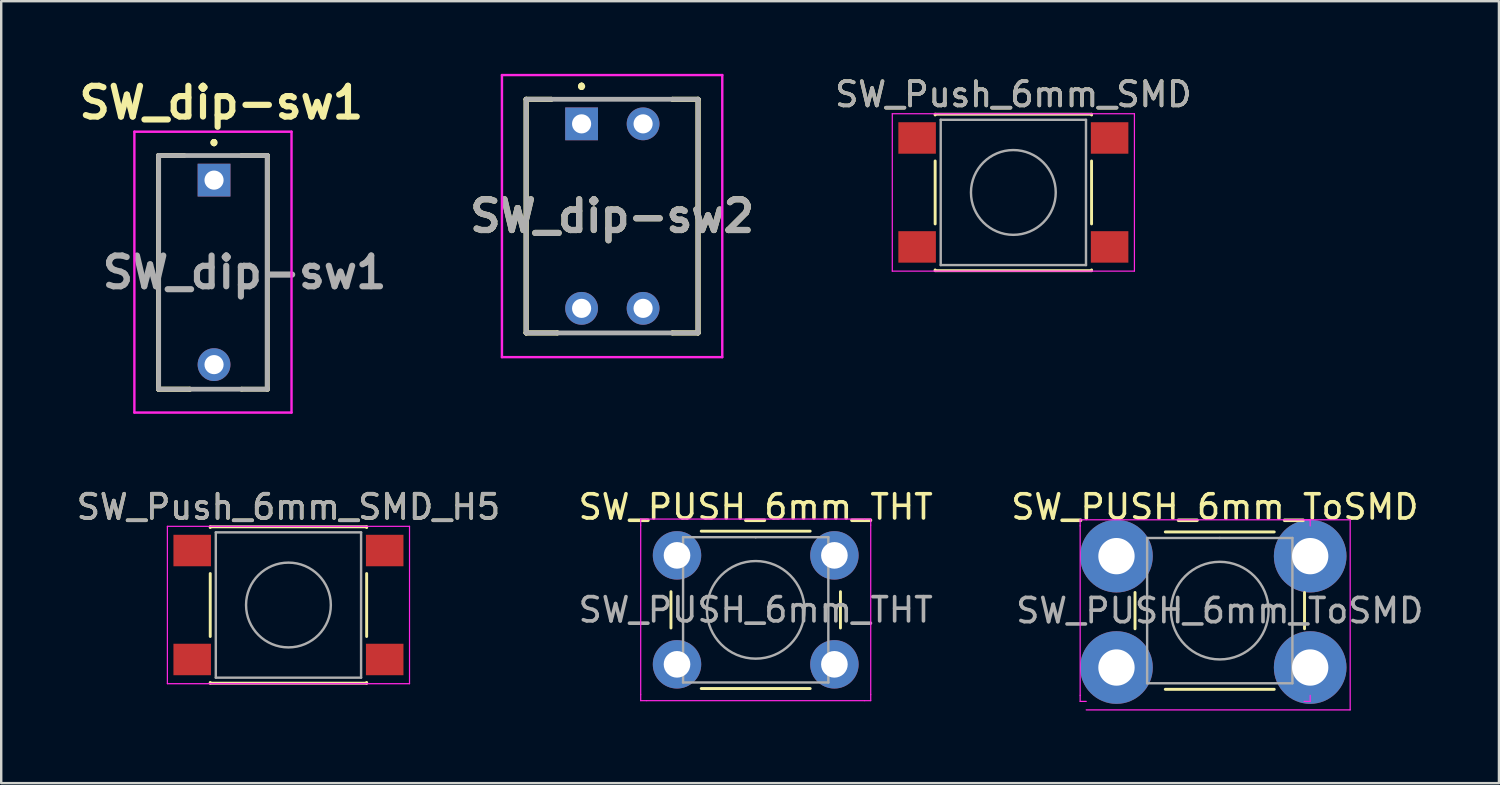
<source format=kicad_pcb>
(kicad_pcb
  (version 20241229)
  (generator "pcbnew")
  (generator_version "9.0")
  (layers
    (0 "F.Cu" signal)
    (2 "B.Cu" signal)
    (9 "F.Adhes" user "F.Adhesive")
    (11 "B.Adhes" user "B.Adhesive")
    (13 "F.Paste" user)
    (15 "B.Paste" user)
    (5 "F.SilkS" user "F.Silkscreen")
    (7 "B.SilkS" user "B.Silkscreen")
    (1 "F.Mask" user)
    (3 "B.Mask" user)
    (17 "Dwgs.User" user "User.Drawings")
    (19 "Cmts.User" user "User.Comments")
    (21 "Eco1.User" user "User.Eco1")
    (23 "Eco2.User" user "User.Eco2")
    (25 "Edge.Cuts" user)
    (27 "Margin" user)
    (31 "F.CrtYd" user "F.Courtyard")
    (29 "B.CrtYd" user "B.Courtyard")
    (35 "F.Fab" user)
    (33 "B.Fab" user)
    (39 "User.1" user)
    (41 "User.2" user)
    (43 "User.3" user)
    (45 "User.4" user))
  (footprint "SW_dip-sw1"
    (layer "F.Cu")
    (at 5.79 4.389)
    (property "Reference" "SW_dip-sw1" (at 0.3 -3.2 0) (layer "F.SilkS") (effects (font (size 1.27 1.27) (thickness 0.254))))
    (attr through_hole)
    (fp_line (start -2.29 -1.015) (end -2.29 -1.015) (stroke (width 0.2) (type solid)) (layer "F.SilkS"))
    (fp_line (start -2.29 -1.015) (end -2.29 -1.015) (stroke (width 0.2) (type solid)) (layer "F.SilkS"))
    (fp_line (start -2.29 -1.015) (end -2.29 8.635) (stroke (width 0.2) (type solid)) (layer "F.SilkS"))
    (fp_line (start -2.29 -1.015) (end -1.25 -1.015) (stroke (width 0.2) (type solid)) (layer "F.SilkS"))
    (fp_line (start -2.29 8.635) (end -2.29 -1.015) (stroke (width 0.2) (type solid)) (layer "F.SilkS"))
    (fp_line (start -2.29 8.635) (end -2.29 8.635) (stroke (width 0.2) (type solid)) (layer "F.SilkS"))
    (fp_line (start -2.29 8.635) (end -2.29 8.635) (stroke (width 0.2) (type solid)) (layer "F.SilkS"))
    (fp_line (start -2.29 8.635) (end -1 8.635) (stroke (width 0.2) (type solid)) (layer "F.SilkS"))
    (fp_line (start -1.25 -1.015) (end -2.29 -1.015) (stroke (width 0.2) (type solid)) (layer "F.SilkS"))
    (fp_line (start -1.25 -1.015) (end -1.25 -1.015) (stroke (width 0.2) (type solid)) (layer "F.SilkS"))
    (fp_line (start -1 8.635) (end -2.29 8.635) (stroke (width 0.2) (type solid)) (layer "F.SilkS"))
    (fp_line (start -1 8.635) (end -1 8.635) (stroke (width 0.2) (type solid)) (layer "F.SilkS"))
    (fp_line (start 0 -1.6) (end 0 -1.6) (stroke (width 0.2) (type solid)) (layer "F.SilkS"))
    (fp_line (start 0 -1.6) (end 0 -1.6) (stroke (width 0.2) (type solid)) (layer "F.SilkS"))
    (fp_line (start 0 -1.5) (end 0 -1.5) (stroke (width 0.2) (type solid)) (layer "F.SilkS"))
    (fp_line (start 1.14 -1.015) (end 1.14 -1.015) (stroke (width 0.2) (type solid)) (layer "F.SilkS"))
    (fp_line (start 1.14 8.635) (end 1.14 8.635) (stroke (width 0.2) (type solid)) (layer "F.SilkS"))
    (fp_line (start 1.14 8.635) (end 2.2 8.635) (stroke (width 0.2) (type solid)) (layer "F.SilkS"))
    (fp_line (start 2.2 -1.015) (end 1.14 -1.015) (stroke (width 0.2) (type solid)) (layer "F.SilkS"))
    (fp_line (start 2.2 -1.015) (end 2.2 -1.015) (stroke (width 0.2) (type solid)) (layer "F.SilkS"))
    (fp_line (start 2.2 -1.015) (end 2.2 -1.015) (stroke (width 0.2) (type solid)) (layer "F.SilkS"))
    (fp_line (start 2.2 -1.015) (end 2.2 8.635) (stroke (width 0.2) (type solid)) (layer "F.SilkS"))
    (fp_line (start 2.2 8.635) (end 2.2 8.635) (stroke (width 0.2) (type solid)) (layer "F.SilkS"))
    (fp_line (start 2.2 8.635) (end 2.2 8.635) (stroke (width 0.2) (type solid)) (layer "F.SilkS"))
    (fp_arc (start 0 -1.6) (mid 0.05 -1.55) (end 0 -1.5) (stroke (width 0.2) (type solid)) (layer "F.SilkS"))
    (fp_arc (start 0 -1.5) (mid -0.05 -1.55) (end 0 -1.6) (stroke (width 0.2) (type solid)) (layer "F.SilkS"))
    (fp_arc (start 0 -1.5) (mid -0.05 -1.55) (end 0 -1.6) (stroke (width 0.2) (type solid)) (layer "F.SilkS"))
    (fp_line (start -3.29 -2) (end 3.2 -2) (stroke (width 0.1) (type solid)) (layer "F.CrtYd"))
    (fp_line (start -3.29 9.6) (end -3.29 -2) (stroke (width 0.1) (type solid)) (layer "F.CrtYd"))
    (fp_line (start 3.2 -2) (end 3.2 9.6) (stroke (width 0.1) (type solid)) (layer "F.CrtYd"))
    (fp_line (start 3.2 9.6) (end -3.29 9.6) (stroke (width 0.1) (type solid)) (layer "F.CrtYd"))
    (fp_line (start -2.29 -1.015) (end -2.29 8.635) (stroke (width 0.2) (type solid)) (layer "F.Fab"))
    (fp_line (start -2.29 8.635) (end 2.2 8.635) (stroke (width 0.2) (type solid)) (layer "F.Fab"))
    (fp_line (start 2.2 -1.015) (end -2.29 -1.015) (stroke (width 0.2) (type solid)) (layer "F.Fab"))
    (fp_line (start 2.2 8.635) (end 2.2 -1.015) (stroke (width 0.2) (type solid)) (layer "F.Fab"))
    (fp_text user "${REFERENCE}" (at 1.26 3.81 0) (layer "F.Fab") (effects (font (size 1.27 1.27) (thickness 0.254))))
    (pad "1" thru_hole rect (at 0 0) (size 1.354 1.354) (drill 0.79) (layers "*.Cu" "*.Mask"))
    (pad "2" thru_hole circle (at 0 7.62) (size 1.354 1.354) (drill 0.79) (layers "*.Cu" "*.Mask")))
  (footprint "SW_PUSH_6mm_THT"
    (layer "F.Cu")
    (at 24.911 19.887)
    (property "Reference" "SW_PUSH_6mm_THT" (at 3.25 -2 0) (layer "F.SilkS") (effects (font (size 1 1) (thickness 0.15))))
    (attr through_hole)
    (fp_line (start -0.25 1.5) (end -0.25 3) (stroke (width 0.12) (type solid)) (layer "F.SilkS"))
    (fp_line (start 1 5.5) (end 5.5 5.5) (stroke (width 0.12) (type solid)) (layer "F.SilkS"))
    (fp_line (start 5.5 -1) (end 1 -1) (stroke (width 0.12) (type solid)) (layer "F.SilkS"))
    (fp_line (start 6.75 3) (end 6.75 1.5) (stroke (width 0.12) (type solid)) (layer "F.SilkS"))
    (fp_line (start -1.5 -1.5) (end -1.25 -1.5) (stroke (width 0.05) (type solid)) (layer "F.CrtYd"))
    (fp_line (start -1.5 -1.25) (end -1.5 -1.5) (stroke (width 0.05) (type solid)) (layer "F.CrtYd"))
    (fp_line (start -1.5 5.75) (end -1.5 -1.25) (stroke (width 0.05) (type solid)) (layer "F.CrtYd"))
    (fp_line (start -1.5 5.75) (end -1.5 6) (stroke (width 0.05) (type solid)) (layer "F.CrtYd"))
    (fp_line (start -1.5 6) (end -1.25 6) (stroke (width 0.05) (type solid)) (layer "F.CrtYd"))
    (fp_line (start -1.25 -1.5) (end 7.75 -1.5) (stroke (width 0.05) (type solid)) (layer "F.CrtYd"))
    (fp_line (start 7.75 -1.5) (end 8 -1.5) (stroke (width 0.05) (type solid)) (layer "F.CrtYd"))
    (fp_line (start 7.75 6) (end -1.25 6) (stroke (width 0.05) (type solid)) (layer "F.CrtYd"))
    (fp_line (start 7.75 6) (end 8 6) (stroke (width 0.05) (type solid)) (layer "F.CrtYd"))
    (fp_line (start 8 -1.5) (end 8 -1.25) (stroke (width 0.05) (type solid)) (layer "F.CrtYd"))
    (fp_line (start 8 -1.25) (end 8 5.75) (stroke (width 0.05) (type solid)) (layer "F.CrtYd"))
    (fp_line (start 8 6) (end 8 5.75) (stroke (width 0.05) (type solid)) (layer "F.CrtYd"))
    (fp_line (start 0.25 -0.75) (end 3.25 -0.75) (stroke (width 0.1) (type solid)) (layer "F.Fab"))
    (fp_line (start 0.25 5.25) (end 0.25 -0.75) (stroke (width 0.1) (type solid)) (layer "F.Fab"))
    (fp_line (start 3.25 -0.75) (end 6.25 -0.75) (stroke (width 0.1) (type solid)) (layer "F.Fab"))
    (fp_line (start 6.25 -0.75) (end 6.25 5.25) (stroke (width 0.1) (type solid)) (layer "F.Fab"))
    (fp_line (start 6.25 5.25) (end 0.25 5.25) (stroke (width 0.1) (type solid)) (layer "F.Fab"))
    (fp_circle (center 3.25 2.25) (end 1.25 2.5) (stroke (width 0.1) (type solid)) (fill no) (layer "F.Fab"))
    (fp_text user "${REFERENCE}" (at 3.25 2.25 0) (layer "F.Fab") (effects (font (size 1 1) (thickness 0.15))))
    (pad "1" thru_hole circle (at 0 0 90) (size 2 2) (drill 1.1) (layers "*.Cu" "*.Mask"))
    (pad "1" thru_hole circle (at 6.5 0 90) (size 2 2) (drill 1.1) (layers "*.Cu" "*.Mask"))
    (pad "2" thru_hole circle (at 0 4.5 90) (size 2 2) (drill 1.1) (layers "*.Cu" "*.Mask"))
    (pad "2" thru_hole circle (at 6.5 4.5 90) (size 2 2) (drill 1.1) (layers "*.Cu" "*.Mask")))
  (footprint "SW_dip-sw2"
    (layer "F.Cu")
    (at 20.97 2.065)
    (property "Reference" "SW_dip-sw2" (at 1.26 3.81 0) (layer "F.SilkS") (effects (font (size 1.27 1.27) (thickness 0.254))))
    (attr through_hole)
    (fp_line (start -2.29 -1.015) (end -2.29 -1.015) (stroke (width 0.2) (type solid)) (layer "F.SilkS"))
    (fp_line (start -2.29 -1.015) (end -2.29 -1.015) (stroke (width 0.2) (type solid)) (layer "F.SilkS"))
    (fp_line (start -2.29 -1.015) (end -2.29 8.635) (stroke (width 0.2) (type solid)) (layer "F.SilkS"))
    (fp_line (start -2.29 -1.015) (end -1.25 -1.015) (stroke (width 0.2) (type solid)) (layer "F.SilkS"))
    (fp_line (start -2.29 8.635) (end -2.29 -1.015) (stroke (width 0.2) (type solid)) (layer "F.SilkS"))
    (fp_line (start -2.29 8.635) (end -2.29 8.635) (stroke (width 0.2) (type solid)) (layer "F.SilkS"))
    (fp_line (start -2.29 8.635) (end -2.29 8.635) (stroke (width 0.2) (type solid)) (layer "F.SilkS"))
    (fp_line (start -2.29 8.635) (end -1 8.635) (stroke (width 0.2) (type solid)) (layer "F.SilkS"))
    (fp_line (start -1.25 -1.015) (end -2.29 -1.015) (stroke (width 0.2) (type solid)) (layer "F.SilkS"))
    (fp_line (start -1.25 -1.015) (end -1.25 -1.015) (stroke (width 0.2) (type solid)) (layer "F.SilkS"))
    (fp_line (start -1 8.635) (end -2.29 8.635) (stroke (width 0.2) (type solid)) (layer "F.SilkS"))
    (fp_line (start -1 8.635) (end -1 8.635) (stroke (width 0.2) (type solid)) (layer "F.SilkS"))
    (fp_line (start 0 -1.6) (end 0 -1.6) (stroke (width 0.2) (type solid)) (layer "F.SilkS"))
    (fp_line (start 0 -1.6) (end 0 -1.6) (stroke (width 0.2) (type solid)) (layer "F.SilkS"))
    (fp_line (start 0 -1.5) (end 0 -1.5) (stroke (width 0.2) (type solid)) (layer "F.SilkS"))
    (fp_line (start 3.75 -1.015) (end 3.75 -1.015) (stroke (width 0.2) (type solid)) (layer "F.SilkS"))
    (fp_line (start 3.75 -1.015) (end 4.81 -1.015) (stroke (width 0.2) (type solid)) (layer "F.SilkS"))
    (fp_line (start 3.75 8.635) (end 3.75 8.635) (stroke (width 0.2) (type solid)) (layer "F.SilkS"))
    (fp_line (start 3.75 8.635) (end 4.81 8.635) (stroke (width 0.2) (type solid)) (layer "F.SilkS"))
    (fp_line (start 4.81 -1.015) (end 3.75 -1.015) (stroke (width 0.2) (type solid)) (layer "F.SilkS"))
    (fp_line (start 4.81 -1.015) (end 4.81 -1.015) (stroke (width 0.2) (type solid)) (layer "F.SilkS"))
    (fp_line (start 4.81 -1.015) (end 4.81 -1.015) (stroke (width 0.2) (type solid)) (layer "F.SilkS"))
    (fp_line (start 4.81 -1.015) (end 4.81 8.635) (stroke (width 0.2) (type solid)) (layer "F.SilkS"))
    (fp_line (start 4.81 8.635) (end 3.75 8.635) (stroke (width 0.2) (type solid)) (layer "F.SilkS"))
    (fp_line (start 4.81 8.635) (end 4.81 -1.015) (stroke (width 0.2) (type solid)) (layer "F.SilkS"))
    (fp_line (start 4.81 8.635) (end 4.81 8.635) (stroke (width 0.2) (type solid)) (layer "F.SilkS"))
    (fp_line (start 4.81 8.635) (end 4.81 8.635) (stroke (width 0.2) (type solid)) (layer "F.SilkS"))
    (fp_arc (start 0 -1.6) (mid 0.05 -1.55) (end 0 -1.5) (stroke (width 0.2) (type solid)) (layer "F.SilkS"))
    (fp_arc (start 0 -1.5) (mid -0.05 -1.55) (end 0 -1.6) (stroke (width 0.2) (type solid)) (layer "F.SilkS"))
    (fp_arc (start 0 -1.5) (mid -0.05 -1.55) (end 0 -1.6) (stroke (width 0.2) (type solid)) (layer "F.SilkS"))
    (fp_line (start -3.29 -2.015) (end 5.81 -2.015) (stroke (width 0.1) (type solid)) (layer "F.CrtYd"))
    (fp_line (start -3.29 9.635) (end -3.29 -2.015) (stroke (width 0.1) (type solid)) (layer "F.CrtYd"))
    (fp_line (start 5.81 -2.015) (end 5.81 9.635) (stroke (width 0.1) (type solid)) (layer "F.CrtYd"))
    (fp_line (start 5.81 9.635) (end -3.29 9.635) (stroke (width 0.1) (type solid)) (layer "F.CrtYd"))
    (fp_line (start -2.29 -1.015) (end -2.29 8.635) (stroke (width 0.2) (type solid)) (layer "F.Fab"))
    (fp_line (start -2.29 8.635) (end 4.81 8.635) (stroke (width 0.2) (type solid)) (layer "F.Fab"))
    (fp_line (start 4.81 -1.015) (end -2.29 -1.015) (stroke (width 0.2) (type solid)) (layer "F.Fab"))
    (fp_line (start 4.81 8.635) (end 4.81 -1.015) (stroke (width 0.2) (type solid)) (layer "F.Fab"))
    (fp_text user "${REFERENCE}" (at 1.26 3.81 0) (layer "F.Fab") (effects (font (size 1.27 1.27) (thickness 0.254))))
    (pad "1" thru_hole rect (at 0 0) (size 1.354 1.354) (drill 0.79) (layers "*.Cu" "*.Mask"))
    (pad "2" thru_hole circle (at 0 7.62) (size 1.354 1.354) (drill 0.79) (layers "*.Cu" "*.Mask"))
    (pad "3" thru_hole circle (at 2.54 0) (size 1.354 1.354) (drill 0.79) (layers "*.Cu" "*.Mask"))
    (pad "4" thru_hole circle (at 2.54 7.62) (size 1.354 1.354) (drill 0.79) (layers "*.Cu" "*.Mask")))
  (footprint "SW_Push_6mm_SMD_H5"
    (layer "F.Cu")
    (at 8.863 21.937)
    (property "Reference" "SW_Push_6mm_SMD_H5" (at 0 -4.05 0) (layer "F.SilkS") (effects (font (size 1 1) (thickness 0.15))))
    (attr smd)
    (fp_line (start -3.23 -3.23) (end 3.23 -3.23) (stroke (width 0.12) (type solid)) (layer "F.SilkS"))
    (fp_line (start -3.23 -3.2) (end -3.23 -3.23) (stroke (width 0.12) (type solid)) (layer "F.SilkS"))
    (fp_line (start -3.23 -1.3) (end -3.23 1.3) (stroke (width 0.12) (type solid)) (layer "F.SilkS"))
    (fp_line (start -3.23 3.23) (end -3.23 3.2) (stroke (width 0.12) (type solid)) (layer "F.SilkS"))
    (fp_line (start -3.23 3.23) (end 3.23 3.23) (stroke (width 0.12) (type solid)) (layer "F.SilkS"))
    (fp_line (start 3.23 -3.23) (end 3.23 -3.2) (stroke (width 0.12) (type solid)) (layer "F.SilkS"))
    (fp_line (start 3.23 -1.3) (end 3.23 1.3) (stroke (width 0.12) (type solid)) (layer "F.SilkS"))
    (fp_line (start 3.23 3.23) (end 3.23 3.2) (stroke (width 0.12) (type solid)) (layer "F.SilkS"))
    (fp_line (start -5 -3.25) (end -5 3.25) (stroke (width 0.05) (type solid)) (layer "F.CrtYd"))
    (fp_line (start -5 -3.25) (end 5 -3.25) (stroke (width 0.05) (type solid)) (layer "F.CrtYd"))
    (fp_line (start -5 3.25) (end 5 3.25) (stroke (width 0.05) (type solid)) (layer "F.CrtYd"))
    (fp_line (start 5 3.25) (end 5 -3.25) (stroke (width 0.05) (type solid)) (layer "F.CrtYd"))
    (fp_line (start -3 -3) (end -3 3) (stroke (width 0.1) (type solid)) (layer "F.Fab"))
    (fp_line (start -3 3) (end 3 3) (stroke (width 0.1) (type solid)) (layer "F.Fab"))
    (fp_line (start 3 -3) (end -3 -3) (stroke (width 0.1) (type solid)) (layer "F.Fab"))
    (fp_line (start 3 3) (end 3 -3) (stroke (width 0.1) (type solid)) (layer "F.Fab"))
    (fp_circle (center 0 0) (end 1.75 -0.05) (stroke (width 0.1) (type solid)) (fill no) (layer "F.Fab"))
    (fp_text user "${REFERENCE}" (at 0 -4.05 0) (layer "F.Fab") (effects (font (size 1 1) (thickness 0.15))))
    (pad "1" smd rect (at -3.975 -2.25) (size 1.55 1.3) (layers "F.Cu" "F.Mask" "F.Paste"))
    (pad "1" smd rect (at 3.975 -2.25) (size 1.55 1.3) (layers "F.Cu" "F.Mask" "F.Paste"))
    (pad "2" smd rect (at -3.975 2.25) (size 1.55 1.3) (layers "F.Cu" "F.Mask" "F.Paste"))
    (pad "2" smd rect (at 3.975 2.25) (size 1.55 1.3) (layers "F.Cu" "F.Mask" "F.Paste")))
  (footprint "SW_Push_6mm_SMD"
    (layer "F.Cu")
    (at 38.802 4.898)
    (property "Reference" "SW_Push_6mm_SMD" (at 0 -4.05 0) (layer "F.SilkS") (effects (font (size 1 1) (thickness 0.15))))
    (attr smd)
    (fp_line (start -3.23 -3.23) (end 3.23 -3.23) (stroke (width 0.12) (type solid)) (layer "F.SilkS"))
    (fp_line (start -3.23 -3.2) (end -3.23 -3.23) (stroke (width 0.12) (type solid)) (layer "F.SilkS"))
    (fp_line (start -3.23 -1.3) (end -3.23 1.3) (stroke (width 0.12) (type solid)) (layer "F.SilkS"))
    (fp_line (start -3.23 3.23) (end -3.23 3.2) (stroke (width 0.12) (type solid)) (layer "F.SilkS"))
    (fp_line (start -3.23 3.23) (end 3.23 3.23) (stroke (width 0.12) (type solid)) (layer "F.SilkS"))
    (fp_line (start 3.23 -3.23) (end 3.23 -3.2) (stroke (width 0.12) (type solid)) (layer "F.SilkS"))
    (fp_line (start 3.23 -1.3) (end 3.23 1.3) (stroke (width 0.12) (type solid)) (layer "F.SilkS"))
    (fp_line (start 3.23 3.23) (end 3.23 3.2) (stroke (width 0.12) (type solid)) (layer "F.SilkS"))
    (fp_line (start -5 -3.25) (end -5 3.25) (stroke (width 0.05) (type solid)) (layer "F.CrtYd"))
    (fp_line (start -5 -3.25) (end 5 -3.25) (stroke (width 0.05) (type solid)) (layer "F.CrtYd"))
    (fp_line (start -5 3.25) (end 5 3.25) (stroke (width 0.05) (type solid)) (layer "F.CrtYd"))
    (fp_line (start 5 3.25) (end 5 -3.25) (stroke (width 0.05) (type solid)) (layer "F.CrtYd"))
    (fp_line (start -3 -3) (end -3 3) (stroke (width 0.1) (type solid)) (layer "F.Fab"))
    (fp_line (start -3 3) (end 3 3) (stroke (width 0.1) (type solid)) (layer "F.Fab"))
    (fp_line (start 3 -3) (end -3 -3) (stroke (width 0.1) (type solid)) (layer "F.Fab"))
    (fp_line (start 3 3) (end 3 -3) (stroke (width 0.1) (type solid)) (layer "F.Fab"))
    (fp_circle (center 0 0) (end 1.75 -0.05) (stroke (width 0.1) (type solid)) (fill no) (layer "F.Fab"))
    (fp_text user "${REFERENCE}" (at 0 -4.05 0) (layer "F.Fab") (effects (font (size 1 1) (thickness 0.15))))
    (pad "1" smd rect (at -3.975 -2.25) (size 1.55 1.3) (layers "F.Cu" "F.Mask" "F.Paste"))
    (pad "1" smd rect (at 3.975 -2.25) (size 1.55 1.3) (layers "F.Cu" "F.Mask" "F.Paste"))
    (pad "2" smd rect (at -3.975 2.25) (size 1.55 1.3) (layers "F.Cu" "F.Mask" "F.Paste"))
    (pad "2" smd rect (at 3.975 2.25) (size 1.55 1.3) (layers "F.Cu" "F.Mask" "F.Paste")))
  (footprint "SW_PUSH_6mm_ToSMD"
    (layer "F.Cu")
    (at 43.061 19.919)
    (property "Reference" "SW_PUSH_6mm_ToSMD" (at 4.064 -2.032 0) (layer "F.SilkS") (effects (font (size 1 1) (thickness 0.15))))
    (attr through_hole)
    (fp_line (start 0.766 1.5) (end 0.766 3) (stroke (width 0.12) (type solid)) (layer "F.SilkS"))
    (fp_line (start 2.016 5.5) (end 6.516 5.5) (stroke (width 0.12) (type solid)) (layer "F.SilkS"))
    (fp_line (start 6.516 -1) (end 2.016 -1) (stroke (width 0.12) (type solid)) (layer "F.SilkS"))
    (fp_line (start 7.766 3) (end 7.766 1.5) (stroke (width 0.12) (type solid)) (layer "F.SilkS"))
    (fp_line (start -1.5 -1.5) (end -1.25 -1.5) (stroke (width 0.05) (type solid)) (layer "F.CrtYd"))
    (fp_line (start -1.5 -1.25) (end -1.5 -1.5) (stroke (width 0.05) (type solid)) (layer "F.CrtYd"))
    (fp_line (start -1.5 5.75) (end -1.5 -1.25) (stroke (width 0.05) (type solid)) (layer "F.CrtYd"))
    (fp_line (start -1.5 5.75) (end -1.5 6) (stroke (width 0.05) (type solid)) (layer "F.CrtYd"))
    (fp_line (start -1.5 6) (end -1.25 6) (stroke (width 0.05) (type solid)) (layer "F.CrtYd"))
    (fp_line (start -1.25 -1.5) (end 9.652 -1.5) (stroke (width 0.05) (type solid)) (layer "F.CrtYd"))
    (fp_line (start 7.75 -1.5) (end 8 -1.5) (stroke (width 0.05) (type solid)) (layer "F.CrtYd"))
    (fp_line (start 7.75 6) (end 8 6) (stroke (width 0.05) (type solid)) (layer "F.CrtYd"))
    (fp_line (start 8 -1.5) (end 8 -1.25) (stroke (width 0.05) (type solid)) (layer "F.CrtYd"))
    (fp_line (start 8 6) (end 8 5.75) (stroke (width 0.05) (type solid)) (layer "F.CrtYd"))
    (fp_line (start 9.652 -1.5) (end 9.652 6.35) (stroke (width 0.05) (type solid)) (layer "F.CrtYd"))
    (fp_line (start 9.652 6.35) (end -1.25 6.35) (stroke (width 0.05) (type solid)) (layer "F.CrtYd"))
    (fp_line (start 1.266 -0.75) (end 4.266 -0.75) (stroke (width 0.1) (type solid)) (layer "F.Fab"))
    (fp_line (start 1.266 5.25) (end 1.266 -0.75) (stroke (width 0.1) (type solid)) (layer "F.Fab"))
    (fp_line (start 4.266 -0.75) (end 7.266 -0.75) (stroke (width 0.1) (type solid)) (layer "F.Fab"))
    (fp_line (start 7.266 -0.75) (end 7.266 5.25) (stroke (width 0.1) (type solid)) (layer "F.Fab"))
    (fp_line (start 7.266 5.25) (end 1.266 5.25) (stroke (width 0.1) (type solid)) (layer "F.Fab"))
    (fp_circle (center 4.266 2.25) (end 2.266 2.5) (stroke (width 0.1) (type solid)) (fill no) (layer "F.Fab"))
    (fp_text user "${REFERENCE}" (at 4.266 2.25 0) (layer "F.Fab") (effects (font (size 1 1) (thickness 0.15))))
    (pad "1" thru_hole circle (at 0 0 90) (size 3 3) (drill 1.5) (layers "*.Cu" "*.Mask"))
    (pad "1" thru_hole circle (at 8 0 90) (size 3 3) (drill 1.5) (layers "*.Cu" "*.Mask"))
    (pad "2" thru_hole circle (at 0 4.6 90) (size 3 3) (drill 1.5) (layers "*.Cu" "*.Mask"))
    (pad "2" thru_hole circle (at 8 4.6 90) (size 3 3) (drill 1.5) (layers "*.Cu" "*.Mask")))
  (gr_rect
    (start -3 -3)
    (end 58.857 29.294)
    (stroke (width 0.1) (type default))
    (fill no)
    (layer "Edge.Cuts")))
</source>
